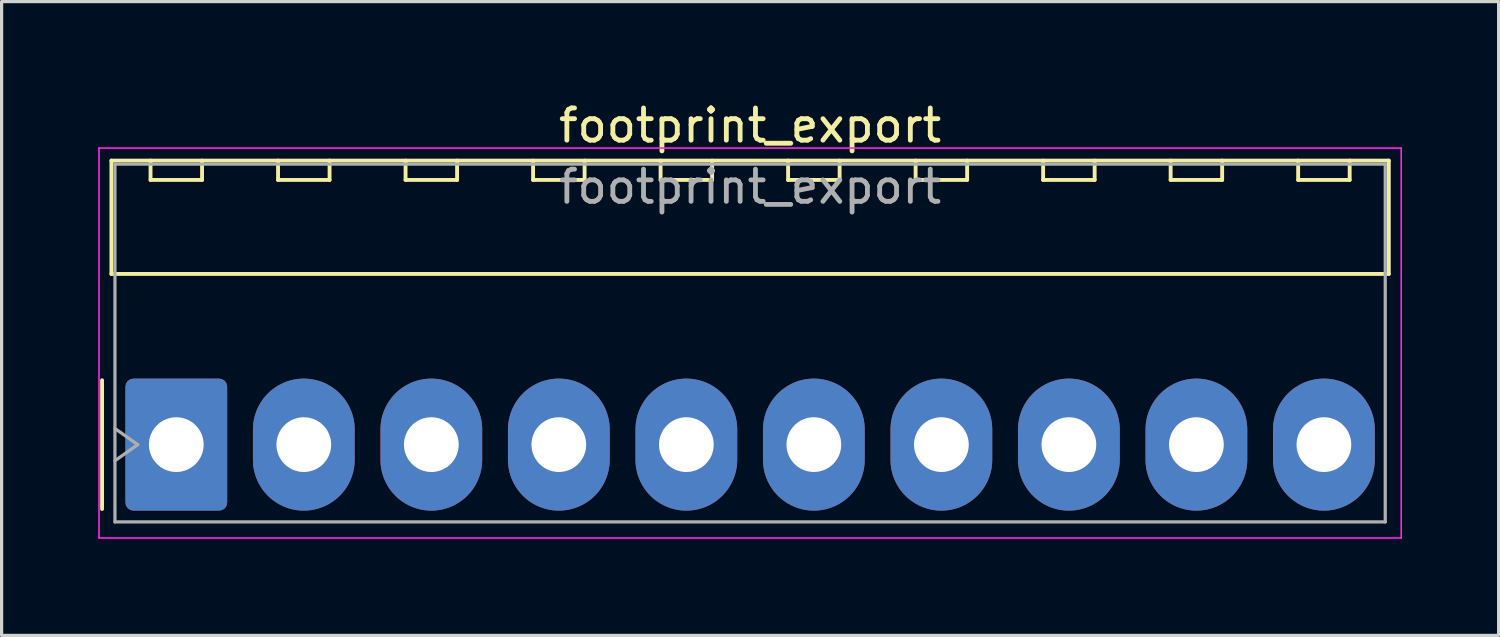
<source format=kicad_pcb>
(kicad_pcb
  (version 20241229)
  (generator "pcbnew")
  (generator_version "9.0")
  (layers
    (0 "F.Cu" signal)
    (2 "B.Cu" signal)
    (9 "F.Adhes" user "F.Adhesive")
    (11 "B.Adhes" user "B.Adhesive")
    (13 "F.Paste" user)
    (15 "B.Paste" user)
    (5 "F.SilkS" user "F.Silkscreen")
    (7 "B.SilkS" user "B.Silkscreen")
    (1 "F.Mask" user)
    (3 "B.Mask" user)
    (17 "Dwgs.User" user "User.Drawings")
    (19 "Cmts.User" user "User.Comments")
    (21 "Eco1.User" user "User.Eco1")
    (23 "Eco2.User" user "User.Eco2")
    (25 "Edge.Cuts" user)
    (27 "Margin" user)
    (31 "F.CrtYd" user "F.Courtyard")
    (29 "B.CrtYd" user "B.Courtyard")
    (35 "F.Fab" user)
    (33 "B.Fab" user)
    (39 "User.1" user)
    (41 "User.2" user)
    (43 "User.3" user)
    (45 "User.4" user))
  (footprint "footprint_export"
    (layer "F.Cu")
    (at 2.425 10.758)
    (property "Reference" "footprint_export" (at 17.82 -9.91 0) (layer "F.SilkS") (effects (font (size 1 1) (thickness 0.15))))
    (attr through_hole)
    (fp_line (start -2.305 -2) (end -2.305 2) (stroke (width 0.12) (type solid)) (layer "F.SilkS"))
    (fp_line (start -2.015 -8.82) (end 37.655 -8.82) (stroke (width 0.12) (type solid)) (layer "F.SilkS"))
    (fp_line (start -2.015 -5.3) (end -2.015 -8.82) (stroke (width 0.12) (type solid)) (layer "F.SilkS"))
    (fp_line (start -0.8 -8.82) (end -0.8 -8.22) (stroke (width 0.12) (type solid)) (layer "F.SilkS"))
    (fp_line (start -0.8 -8.22) (end 0.8 -8.22) (stroke (width 0.12) (type solid)) (layer "F.SilkS"))
    (fp_line (start 0.8 -8.22) (end 0.8 -8.82) (stroke (width 0.12) (type solid)) (layer "F.SilkS"))
    (fp_line (start 3.16 -8.82) (end 3.16 -8.22) (stroke (width 0.12) (type solid)) (layer "F.SilkS"))
    (fp_line (start 3.16 -8.22) (end 4.76 -8.22) (stroke (width 0.12) (type solid)) (layer "F.SilkS"))
    (fp_line (start 4.76 -8.22) (end 4.76 -8.82) (stroke (width 0.12) (type solid)) (layer "F.SilkS"))
    (fp_line (start 7.12 -8.82) (end 7.12 -8.22) (stroke (width 0.12) (type solid)) (layer "F.SilkS"))
    (fp_line (start 7.12 -8.22) (end 8.72 -8.22) (stroke (width 0.12) (type solid)) (layer "F.SilkS"))
    (fp_line (start 8.72 -8.22) (end 8.72 -8.82) (stroke (width 0.12) (type solid)) (layer "F.SilkS"))
    (fp_line (start 11.08 -8.82) (end 11.08 -8.22) (stroke (width 0.12) (type solid)) (layer "F.SilkS"))
    (fp_line (start 11.08 -8.22) (end 12.68 -8.22) (stroke (width 0.12) (type solid)) (layer "F.SilkS"))
    (fp_line (start 12.68 -8.22) (end 12.68 -8.82) (stroke (width 0.12) (type solid)) (layer "F.SilkS"))
    (fp_line (start 15.04 -8.82) (end 15.04 -8.22) (stroke (width 0.12) (type solid)) (layer "F.SilkS"))
    (fp_line (start 15.04 -8.22) (end 16.64 -8.22) (stroke (width 0.12) (type solid)) (layer "F.SilkS"))
    (fp_line (start 16.64 -8.22) (end 16.64 -8.82) (stroke (width 0.12) (type solid)) (layer "F.SilkS"))
    (fp_line (start 19 -8.82) (end 19 -8.22) (stroke (width 0.12) (type solid)) (layer "F.SilkS"))
    (fp_line (start 19 -8.22) (end 20.6 -8.22) (stroke (width 0.12) (type solid)) (layer "F.SilkS"))
    (fp_line (start 20.6 -8.22) (end 20.6 -8.82) (stroke (width 0.12) (type solid)) (layer "F.SilkS"))
    (fp_line (start 22.96 -8.82) (end 22.96 -8.22) (stroke (width 0.12) (type solid)) (layer "F.SilkS"))
    (fp_line (start 22.96 -8.22) (end 24.56 -8.22) (stroke (width 0.12) (type solid)) (layer "F.SilkS"))
    (fp_line (start 24.56 -8.22) (end 24.56 -8.82) (stroke (width 0.12) (type solid)) (layer "F.SilkS"))
    (fp_line (start 26.92 -8.82) (end 26.92 -8.22) (stroke (width 0.12) (type solid)) (layer "F.SilkS"))
    (fp_line (start 26.92 -8.22) (end 28.52 -8.22) (stroke (width 0.12) (type solid)) (layer "F.SilkS"))
    (fp_line (start 28.52 -8.22) (end 28.52 -8.82) (stroke (width 0.12) (type solid)) (layer "F.SilkS"))
    (fp_line (start 30.88 -8.82) (end 30.88 -8.22) (stroke (width 0.12) (type solid)) (layer "F.SilkS"))
    (fp_line (start 30.88 -8.22) (end 32.48 -8.22) (stroke (width 0.12) (type solid)) (layer "F.SilkS"))
    (fp_line (start 32.48 -8.22) (end 32.48 -8.82) (stroke (width 0.12) (type solid)) (layer "F.SilkS"))
    (fp_line (start 34.84 -8.82) (end 34.84 -8.22) (stroke (width 0.12) (type solid)) (layer "F.SilkS"))
    (fp_line (start 34.84 -8.22) (end 36.44 -8.22) (stroke (width 0.12) (type solid)) (layer "F.SilkS"))
    (fp_line (start 36.44 -8.22) (end 36.44 -8.82) (stroke (width 0.12) (type solid)) (layer "F.SilkS"))
    (fp_line (start 37.655 -8.82) (end 37.655 -5.3) (stroke (width 0.12) (type solid)) (layer "F.SilkS"))
    (fp_line (start 37.655 -5.3) (end -2.015 -5.3) (stroke (width 0.12) (type solid)) (layer "F.SilkS"))
    (fp_line (start -2.4 -9.21) (end -2.4 2.9) (stroke (width 0.05) (type solid)) (layer "F.CrtYd"))
    (fp_line (start -2.4 2.9) (end 38.04 2.9) (stroke (width 0.05) (type solid)) (layer "F.CrtYd"))
    (fp_line (start 38.04 -9.21) (end -2.4 -9.21) (stroke (width 0.05) (type solid)) (layer "F.CrtYd"))
    (fp_line (start 38.04 2.9) (end 38.04 -9.21) (stroke (width 0.05) (type solid)) (layer "F.CrtYd"))
    (fp_line (start -1.905 -8.71) (end 37.545 -8.71) (stroke (width 0.1) (type solid)) (layer "F.Fab"))
    (fp_line (start -1.905 -0.5) (end -1.198 0) (stroke (width 0.1) (type solid)) (layer "F.Fab"))
    (fp_line (start -1.905 2.4) (end -1.905 -8.71) (stroke (width 0.1) (type solid)) (layer "F.Fab"))
    (fp_line (start -1.198 0) (end -1.905 0.5) (stroke (width 0.1) (type solid)) (layer "F.Fab"))
    (fp_line (start 37.545 -8.71) (end 37.545 2.4) (stroke (width 0.1) (type solid)) (layer "F.Fab"))
    (fp_line (start 37.545 2.4) (end -1.905 2.4) (stroke (width 0.1) (type solid)) (layer "F.Fab"))
    (fp_text user "${REFERENCE}" (at 17.82 -8.01 0) (layer "F.Fab") (effects (font (size 1 1) (thickness 0.15))))
    (pad "1" thru_hole roundrect (at 0 0) (size 3.16 4.1) (drill 1.7) (layers "*.Cu" "*.Mask") (roundrect_rratio 0.079))
    (pad "2" thru_hole oval (at 3.96 0) (size 3.16 4.1) (drill 1.7) (layers "*.Cu" "*.Mask"))
    (pad "3" thru_hole oval (at 7.92 0) (size 3.16 4.1) (drill 1.7) (layers "*.Cu" "*.Mask"))
    (pad "4" thru_hole oval (at 11.88 0) (size 3.16 4.1) (drill 1.7) (layers "*.Cu" "*.Mask"))
    (pad "5" thru_hole oval (at 15.84 0) (size 3.16 4.1) (drill 1.7) (layers "*.Cu" "*.Mask"))
    (pad "6" thru_hole oval (at 19.8 0) (size 3.16 4.1) (drill 1.7) (layers "*.Cu" "*.Mask"))
    (pad "7" thru_hole oval (at 23.76 0) (size 3.16 4.1) (drill 1.7) (layers "*.Cu" "*.Mask"))
    (pad "8" thru_hole oval (at 27.72 0) (size 3.16 4.1) (drill 1.7) (layers "*.Cu" "*.Mask"))
    (pad "9" thru_hole oval (at 31.68 0) (size 3.16 4.1) (drill 1.7) (layers "*.Cu" "*.Mask"))
    (pad "10" thru_hole oval (at 35.64 0) (size 3.16 4.1) (drill 1.7) (layers "*.Cu" "*.Mask")))
  (gr_rect
    (start -3 -3)
    (end 43.49 16.683)
    (stroke (width 0.1) (type default))
    (fill no)
    (layer "Edge.Cuts")))
</source>
